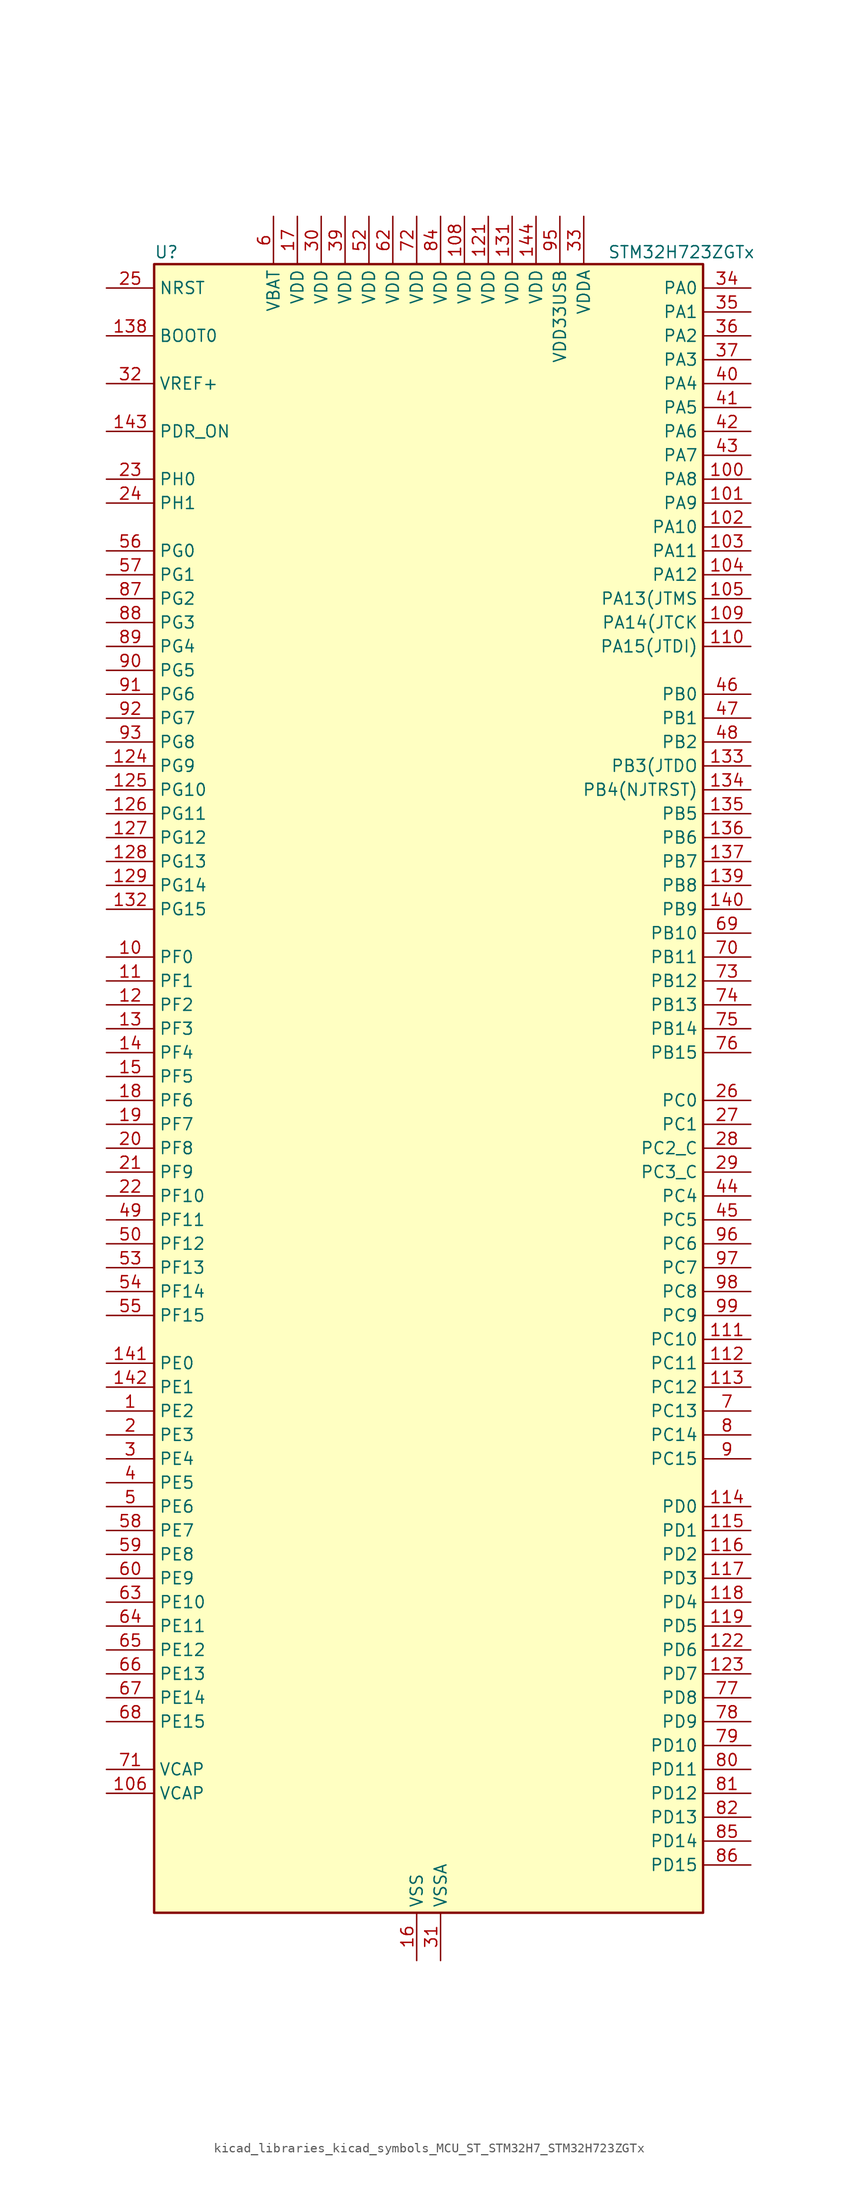
<source format=kicad_sym>
(kicad_symbol_lib
  (version 20220914)
  (generator kicad_symbol_editor)
  (symbol "kicad_libraries_kicad_symbols_MCU_ST_STM32H7_STM32H723ZGTx"
    (property "Reference" "U"
      (at -27.94 90.17 0)
      (effects (font (size 1.27 1.27)) (justify left)))
    (property "Value" "STM32H723ZGTx"
      (at 20.32 90.17 0)
      (effects (font (size 1.27 1.27)) (justify left)))
    (property "ki_locked" ""
      (at 0 0 0)
      (effects (font (size 1.27 1.27))))
    (symbol "kicad_libraries_kicad_symbols_MCU_ST_STM32H7_STM32H723ZGTx_0_1"
      (rectangle (start -27.94 -86.36) (end 30.48 88.9) (stroke (width 0.254) (type default)) (fill (type background))))
    (symbol "kicad_libraries_kicad_symbols_MCU_ST_STM32H7_STM32H723ZGTx_1_1"
      (pin bidirectional line (at -33.02 -33.02 0) (length 5.08) (name "PE2" (effects (font (size 1.27 1.27)))) (number "1" (effects (font (size 1.27 1.27)))) (alternate "DEBUG_TRACECLK" bidirectional line) (alternate "ETH_TXD3" bidirectional line) (alternate "FMC_A23" bidirectional line) (alternate "OCTOSPIM_P1_IO2" bidirectional line) (alternate "SAI1_CK1" bidirectional line) (alternate "SAI1_MCLK_A" bidirectional line) (alternate "SAI4_CK1" bidirectional line) (alternate "SAI4_MCLK_A" bidirectional line) (alternate "SPI4_SCK" bidirectional line) (alternate "USART10_RX" bidirectional line))
      (pin bidirectional line (at -33.02 15.24 0) (length 5.08) (name "PF0" (effects (font (size 1.27 1.27)))) (number "10" (effects (font (size 1.27 1.27)))) (alternate "FMC_A0" bidirectional line) (alternate "I2C2_SDA" bidirectional line) (alternate "I2C5_SDA" bidirectional line) (alternate "OCTOSPIM_P2_IO0" bidirectional line) (alternate "TIM23_CH1" bidirectional line))
      (pin bidirectional line (at 35.56 66.04 180) (length 5.08) (name "PA8" (effects (font (size 1.27 1.27)))) (number "100" (effects (font (size 1.27 1.27)))) (alternate "I2C3_SCL" bidirectional line) (alternate "I2C5_SCL" bidirectional line) (alternate "LTDC_B3" bidirectional line) (alternate "LTDC_R6" bidirectional line) (alternate "RCC_MCO_1" bidirectional line) (alternate "TIM1_CH1" bidirectional line) (alternate "TIM8_BKIN2" bidirectional line) (alternate "TIM8_BKIN2_COMP1" bidirectional line) (alternate "TIM8_BKIN2_COMP2" bidirectional line) (alternate "UART7_RX" bidirectional line) (alternate "USART1_CK" bidirectional line) (alternate "USB_OTG_HS_SOF" bidirectional line))
      (pin bidirectional line (at 35.56 63.5 180) (length 5.08) (name "PA9" (effects (font (size 1.27 1.27)))) (number "101" (effects (font (size 1.27 1.27)))) (alternate "DAC1_EXTI9" bidirectional line) (alternate "DCMI_D0" bidirectional line) (alternate "ETH_TX_ER" bidirectional line) (alternate "I2C3_SMBA" bidirectional line) (alternate "I2C5_SMBA" bidirectional line) (alternate "I2S2_CK" bidirectional line) (alternate "LPUART1_TX" bidirectional line) (alternate "LTDC_R5" bidirectional line) (alternate "PSSI_D0" bidirectional line) (alternate "SPI2_SCK" bidirectional line) (alternate "TIM1_CH2" bidirectional line) (alternate "USART1_TX" bidirectional line) (alternate "USB_OTG_HS_VBUS" bidirectional line))
      (pin bidirectional line (at 35.56 60.96 180) (length 5.08) (name "PA10" (effects (font (size 1.27 1.27)))) (number "102" (effects (font (size 1.27 1.27)))) (alternate "DCMI_D1" bidirectional line) (alternate "LPUART1_RX" bidirectional line) (alternate "LTDC_B1" bidirectional line) (alternate "LTDC_B4" bidirectional line) (alternate "MDIOS_MDIO" bidirectional line) (alternate "PSSI_D1" bidirectional line) (alternate "TIM1_CH3" bidirectional line) (alternate "USART1_RX" bidirectional line) (alternate "USB_OTG_HS_ID" bidirectional line))
      (pin bidirectional line (at 35.56 58.42 180) (length 5.08) (name "PA11" (effects (font (size 1.27 1.27)))) (number "103" (effects (font (size 1.27 1.27)))) (alternate "ADC1_EXTI11" bidirectional line) (alternate "ADC2_EXTI11" bidirectional line) (alternate "ADC3_EXTI11" bidirectional line) (alternate "FDCAN1_RX" bidirectional line) (alternate "I2S2_WS" bidirectional line) (alternate "LPUART1_CTS" bidirectional line) (alternate "LTDC_R4" bidirectional line) (alternate "SPI2_NSS" bidirectional line) (alternate "TIM1_CH4" bidirectional line) (alternate "UART4_RX" bidirectional line) (alternate "USART1_CTS" bidirectional line) (alternate "USART1_NSS" bidirectional line) (alternate "USB_OTG_HS_DM" bidirectional line))
      (pin bidirectional line (at 35.56 55.88 180) (length 5.08) (name "PA12" (effects (font (size 1.27 1.27)))) (number "104" (effects (font (size 1.27 1.27)))) (alternate "FDCAN1_TX" bidirectional line) (alternate "I2S2_CK" bidirectional line) (alternate "LPUART1_DE" bidirectional line) (alternate "LPUART1_RTS" bidirectional line) (alternate "LTDC_R5" bidirectional line) (alternate "SAI4_FS_B" bidirectional line) (alternate "SPI2_SCK" bidirectional line) (alternate "TIM1_BKIN2" bidirectional line) (alternate "TIM1_ETR" bidirectional line) (alternate "UART4_TX" bidirectional line) (alternate "USART1_DE" bidirectional line) (alternate "USART1_RTS" bidirectional line) (alternate "USB_OTG_HS_DP" bidirectional line))
      (pin bidirectional line (at 35.56 53.34 180) (length 5.08) (name "PA13(JTMS" (effects (font (size 1.27 1.27)))) (number "105" (effects (font (size 1.27 1.27)))) (alternate "DEBUG_JTMS-SWDIO" bidirectional line))
      (pin power_out line (at -33.02 -73.66 0) (length 5.08) (name "VCAP" (effects (font (size 1.27 1.27)))) (number "106" (effects (font (size 1.27 1.27)))))
      (pin passive line (at 0 -91.44 90) (length 5.08) hide (name "VSS" (effects (font (size 1.27 1.27)))) (number "107" (effects (font (size 1.27 1.27)))))
      (pin power_in line (at 5.08 93.98 270) (length 5.08) (name "VDD" (effects (font (size 1.27 1.27)))) (number "108" (effects (font (size 1.27 1.27)))))
      (pin bidirectional line (at 35.56 50.8 180) (length 5.08) (name "PA14(JTCK" (effects (font (size 1.27 1.27)))) (number "109" (effects (font (size 1.27 1.27)))) (alternate "DEBUG_JTCK-SWCLK" bidirectional line))
      (pin bidirectional line (at -33.02 12.7 0) (length 5.08) (name "PF1" (effects (font (size 1.27 1.27)))) (number "11" (effects (font (size 1.27 1.27)))) (alternate "FMC_A1" bidirectional line) (alternate "I2C2_SCL" bidirectional line) (alternate "I2C5_SCL" bidirectional line) (alternate "OCTOSPIM_P2_IO1" bidirectional line) (alternate "TIM23_CH2" bidirectional line))
      (pin bidirectional line (at 35.56 48.26 180) (length 5.08) (name "PA15(JTDI)" (effects (font (size 1.27 1.27)))) (number "110" (effects (font (size 1.27 1.27)))) (alternate "ADC1_EXTI15" bidirectional line) (alternate "ADC2_EXTI15" bidirectional line) (alternate "ADC3_EXTI15" bidirectional line) (alternate "CEC" bidirectional line) (alternate "DEBUG_JTDI" bidirectional line) (alternate "I2S1_WS" bidirectional line) (alternate "I2S3_WS" bidirectional line) (alternate "I2S6_WS" bidirectional line) (alternate "LTDC_B6" bidirectional line) (alternate "LTDC_R3" bidirectional line) (alternate "SPI1_NSS" bidirectional line) (alternate "SPI3_NSS" bidirectional line) (alternate "SPI6_NSS" bidirectional line) (alternate "TIM2_CH1" bidirectional line) (alternate "TIM2_ETR" bidirectional line) (alternate "UART4_DE" bidirectional line) (alternate "UART4_RTS" bidirectional line) (alternate "UART7_TX" bidirectional line))
      (pin bidirectional line (at 35.56 -25.4 180) (length 5.08) (name "PC10" (effects (font (size 1.27 1.27)))) (number "111" (effects (font (size 1.27 1.27)))) (alternate "DCMI_D8" bidirectional line) (alternate "DFSDM1_CKIN5" bidirectional line) (alternate "I2C5_SDA" bidirectional line) (alternate "I2S3_CK" bidirectional line) (alternate "LTDC_B1" bidirectional line) (alternate "LTDC_R2" bidirectional line) (alternate "OCTOSPIM_P1_IO1" bidirectional line) (alternate "PSSI_D8" bidirectional line) (alternate "SDMMC1_D2" bidirectional line) (alternate "SPI3_SCK" bidirectional line) (alternate "SWPMI1_RX" bidirectional line) (alternate "UART4_TX" bidirectional line) (alternate "USART3_TX" bidirectional line))
      (pin bidirectional line (at 35.56 -27.94 180) (length 5.08) (name "PC11" (effects (font (size 1.27 1.27)))) (number "112" (effects (font (size 1.27 1.27)))) (alternate "ADC1_EXTI11" bidirectional line) (alternate "ADC2_EXTI11" bidirectional line) (alternate "ADC3_EXTI11" bidirectional line) (alternate "DCMI_D4" bidirectional line) (alternate "DFSDM1_DATIN5" bidirectional line) (alternate "I2C5_SCL" bidirectional line) (alternate "I2S3_SDI" bidirectional line) (alternate "LTDC_B4" bidirectional line) (alternate "OCTOSPIM_P1_NCS" bidirectional line) (alternate "PSSI_D4" bidirectional line) (alternate "SDMMC1_D3" bidirectional line) (alternate "SPI3_MISO" bidirectional line) (alternate "UART4_RX" bidirectional line) (alternate "USART3_RX" bidirectional line))
      (pin bidirectional line (at 35.56 -30.48 180) (length 5.08) (name "PC12" (effects (font (size 1.27 1.27)))) (number "113" (effects (font (size 1.27 1.27)))) (alternate "DCMI_D9" bidirectional line) (alternate "DEBUG_TRACED3" bidirectional line) (alternate "FMC_D6" bidirectional line) (alternate "FMC_DA6" bidirectional line) (alternate "I2C5_SMBA" bidirectional line) (alternate "I2S3_SDO" bidirectional line) (alternate "I2S6_CK" bidirectional line) (alternate "LTDC_R6" bidirectional line) (alternate "PSSI_D9" bidirectional line) (alternate "SDMMC1_CK" bidirectional line) (alternate "SPI3_MOSI" bidirectional line) (alternate "SPI6_SCK" bidirectional line) (alternate "TIM15_CH1" bidirectional line) (alternate "UART5_TX" bidirectional line) (alternate "USART3_CK" bidirectional line))
      (pin bidirectional line (at 35.56 -43.18 180) (length 5.08) (name "PD0" (effects (font (size 1.27 1.27)))) (number "114" (effects (font (size 1.27 1.27)))) (alternate "DFSDM1_CKIN6" bidirectional line) (alternate "FDCAN1_RX" bidirectional line) (alternate "FMC_D2" bidirectional line) (alternate "FMC_DA2" bidirectional line) (alternate "LTDC_B1" bidirectional line) (alternate "UART4_RX" bidirectional line) (alternate "UART9_CTS" bidirectional line))
      (pin bidirectional line (at 35.56 -45.72 180) (length 5.08) (name "PD1" (effects (font (size 1.27 1.27)))) (number "115" (effects (font (size 1.27 1.27)))) (alternate "DFSDM1_DATIN6" bidirectional line) (alternate "FDCAN1_TX" bidirectional line) (alternate "FMC_D3" bidirectional line) (alternate "FMC_DA3" bidirectional line) (alternate "UART4_TX" bidirectional line))
      (pin bidirectional line (at 35.56 -48.26 180) (length 5.08) (name "PD2" (effects (font (size 1.27 1.27)))) (number "116" (effects (font (size 1.27 1.27)))) (alternate "DCMI_D11" bidirectional line) (alternate "DEBUG_TRACED2" bidirectional line) (alternate "FMC_D7" bidirectional line) (alternate "FMC_DA7" bidirectional line) (alternate "LTDC_B2" bidirectional line) (alternate "LTDC_B7" bidirectional line) (alternate "PSSI_D11" bidirectional line) (alternate "SDMMC1_CMD" bidirectional line) (alternate "TIM15_BKIN" bidirectional line) (alternate "TIM3_ETR" bidirectional line) (alternate "UART5_RX" bidirectional line))
      (pin bidirectional line (at 35.56 -50.8 180) (length 5.08) (name "PD3" (effects (font (size 1.27 1.27)))) (number "117" (effects (font (size 1.27 1.27)))) (alternate "DCMI_D5" bidirectional line) (alternate "DFSDM1_CKOUT" bidirectional line) (alternate "FMC_CLK" bidirectional line) (alternate "I2S2_CK" bidirectional line) (alternate "LTDC_G7" bidirectional line) (alternate "PSSI_D5" bidirectional line) (alternate "SPI2_SCK" bidirectional line) (alternate "USART2_CTS" bidirectional line) (alternate "USART2_NSS" bidirectional line))
      (pin bidirectional line (at 35.56 -53.34 180) (length 5.08) (name "PD4" (effects (font (size 1.27 1.27)))) (number "118" (effects (font (size 1.27 1.27)))) (alternate "FMC_NOE" bidirectional line) (alternate "OCTOSPIM_P1_IO4" bidirectional line) (alternate "USART2_DE" bidirectional line) (alternate "USART2_RTS" bidirectional line))
      (pin bidirectional line (at 35.56 -55.88 180) (length 5.08) (name "PD5" (effects (font (size 1.27 1.27)))) (number "119" (effects (font (size 1.27 1.27)))) (alternate "FMC_NWE" bidirectional line) (alternate "OCTOSPIM_P1_IO5" bidirectional line) (alternate "USART2_TX" bidirectional line))
      (pin bidirectional line (at -33.02 10.16 0) (length 5.08) (name "PF2" (effects (font (size 1.27 1.27)))) (number "12" (effects (font (size 1.27 1.27)))) (alternate "FMC_A2" bidirectional line) (alternate "I2C2_SMBA" bidirectional line) (alternate "I2C5_SMBA" bidirectional line) (alternate "OCTOSPIM_P2_IO2" bidirectional line) (alternate "TIM23_CH3" bidirectional line))
      (pin passive line (at 0 -91.44 90) (length 5.08) hide (name "VSS" (effects (font (size 1.27 1.27)))) (number "120" (effects (font (size 1.27 1.27)))))
      (pin power_in line (at 7.62 93.98 270) (length 5.08) (name "VDD" (effects (font (size 1.27 1.27)))) (number "121" (effects (font (size 1.27 1.27)))))
      (pin bidirectional line (at 35.56 -58.42 180) (length 5.08) (name "PD6" (effects (font (size 1.27 1.27)))) (number "122" (effects (font (size 1.27 1.27)))) (alternate "DCMI_D10" bidirectional line) (alternate "DFSDM1_CKIN4" bidirectional line) (alternate "DFSDM1_DATIN1" bidirectional line) (alternate "FMC_NWAIT" bidirectional line) (alternate "I2S3_SDO" bidirectional line) (alternate "LTDC_B2" bidirectional line) (alternate "OCTOSPIM_P1_IO6" bidirectional line) (alternate "PSSI_D10" bidirectional line) (alternate "SAI1_D1" bidirectional line) (alternate "SAI1_SD_A" bidirectional line) (alternate "SAI4_D1" bidirectional line) (alternate "SAI4_SD_A" bidirectional line) (alternate "SDMMC2_CK" bidirectional line) (alternate "SPI3_MOSI" bidirectional line) (alternate "USART2_RX" bidirectional line))
      (pin bidirectional line (at 35.56 -60.96 180) (length 5.08) (name "PD7" (effects (font (size 1.27 1.27)))) (number "123" (effects (font (size 1.27 1.27)))) (alternate "DFSDM1_CKIN1" bidirectional line) (alternate "DFSDM1_DATIN4" bidirectional line) (alternate "FMC_NE1" bidirectional line) (alternate "I2S1_SDO" bidirectional line) (alternate "OCTOSPIM_P1_IO7" bidirectional line) (alternate "SDMMC2_CMD" bidirectional line) (alternate "SPDIFRX1_IN0" bidirectional line) (alternate "SPI1_MOSI" bidirectional line) (alternate "USART2_CK" bidirectional line))
      (pin bidirectional line (at -33.02 35.56 0) (length 5.08) (name "PG9" (effects (font (size 1.27 1.27)))) (number "124" (effects (font (size 1.27 1.27)))) (alternate "DAC1_EXTI9" bidirectional line) (alternate "DCMI_VSYNC" bidirectional line) (alternate "FDCAN3_TX" bidirectional line) (alternate "FMC_NCE" bidirectional line) (alternate "FMC_NE2" bidirectional line) (alternate "I2S1_SDI" bidirectional line) (alternate "OCTOSPIM_P1_IO6" bidirectional line) (alternate "PSSI_RDY" bidirectional line) (alternate "SAI4_FS_B" bidirectional line) (alternate "SDMMC2_D0" bidirectional line) (alternate "SPDIFRX1_IN3" bidirectional line) (alternate "SPI1_MISO" bidirectional line) (alternate "USART6_RX" bidirectional line))
      (pin bidirectional line (at -33.02 33.02 0) (length 5.08) (name "PG10" (effects (font (size 1.27 1.27)))) (number "125" (effects (font (size 1.27 1.27)))) (alternate "DCMI_D2" bidirectional line) (alternate "FDCAN3_RX" bidirectional line) (alternate "FMC_NE3" bidirectional line) (alternate "I2S1_WS" bidirectional line) (alternate "LTDC_B2" bidirectional line) (alternate "LTDC_G3" bidirectional line) (alternate "OCTOSPIM_P2_IO6" bidirectional line) (alternate "PSSI_D2" bidirectional line) (alternate "SAI4_SD_B" bidirectional line) (alternate "SDMMC2_D1" bidirectional line) (alternate "SPI1_NSS" bidirectional line))
      (pin bidirectional line (at -33.02 30.48 0) (length 5.08) (name "PG11" (effects (font (size 1.27 1.27)))) (number "126" (effects (font (size 1.27 1.27)))) (alternate "ADC1_EXTI11" bidirectional line) (alternate "ADC2_EXTI11" bidirectional line) (alternate "ADC3_EXTI11" bidirectional line) (alternate "DCMI_D3" bidirectional line) (alternate "ETH_TX_EN" bidirectional line) (alternate "I2S1_CK" bidirectional line) (alternate "LPTIM1_IN2" bidirectional line) (alternate "LTDC_B3" bidirectional line) (alternate "OCTOSPIM_P2_IO7" bidirectional line) (alternate "PSSI_D3" bidirectional line) (alternate "SDMMC2_D2" bidirectional line) (alternate "SPDIFRX1_IN0" bidirectional line) (alternate "SPI1_SCK" bidirectional line) (alternate "USART10_RX" bidirectional line))
      (pin bidirectional line (at -33.02 27.94 0) (length 5.08) (name "PG12" (effects (font (size 1.27 1.27)))) (number "127" (effects (font (size 1.27 1.27)))) (alternate "ETH_TXD1" bidirectional line) (alternate "FMC_NE4" bidirectional line) (alternate "I2S6_SDI" bidirectional line) (alternate "LPTIM1_IN1" bidirectional line) (alternate "LTDC_B1" bidirectional line) (alternate "LTDC_B4" bidirectional line) (alternate "OCTOSPIM_P2_NCS" bidirectional line) (alternate "SDMMC2_D3" bidirectional line) (alternate "SPDIFRX1_IN1" bidirectional line) (alternate "SPI6_MISO" bidirectional line) (alternate "TIM23_CH1" bidirectional line) (alternate "USART10_TX" bidirectional line) (alternate "USART6_DE" bidirectional line) (alternate "USART6_RTS" bidirectional line))
      (pin bidirectional line (at -33.02 25.4 0) (length 5.08) (name "PG13" (effects (font (size 1.27 1.27)))) (number "128" (effects (font (size 1.27 1.27)))) (alternate "DEBUG_TRACED0" bidirectional line) (alternate "ETH_TXD0" bidirectional line) (alternate "FMC_A24" bidirectional line) (alternate "I2S6_CK" bidirectional line) (alternate "LPTIM1_OUT" bidirectional line) (alternate "LTDC_R0" bidirectional line) (alternate "SDMMC2_D6" bidirectional line) (alternate "SPI6_SCK" bidirectional line) (alternate "TIM23_CH2" bidirectional line) (alternate "USART10_CTS" bidirectional line) (alternate "USART10_NSS" bidirectional line) (alternate "USART6_CTS" bidirectional line) (alternate "USART6_NSS" bidirectional line))
      (pin bidirectional line (at -33.02 22.86 0) (length 5.08) (name "PG14" (effects (font (size 1.27 1.27)))) (number "129" (effects (font (size 1.27 1.27)))) (alternate "DEBUG_TRACED1" bidirectional line) (alternate "ETH_TXD1" bidirectional line) (alternate "FMC_A25" bidirectional line) (alternate "I2S6_SDO" bidirectional line) (alternate "LPTIM1_ETR" bidirectional line) (alternate "LTDC_B0" bidirectional line) (alternate "OCTOSPIM_P1_IO7" bidirectional line) (alternate "SDMMC2_D7" bidirectional line) (alternate "SPI6_MOSI" bidirectional line) (alternate "TIM23_CH3" bidirectional line) (alternate "USART10_DE" bidirectional line) (alternate "USART10_RTS" bidirectional line) (alternate "USART6_TX" bidirectional line))
      (pin bidirectional line (at -33.02 7.62 0) (length 5.08) (name "PF3" (effects (font (size 1.27 1.27)))) (number "13" (effects (font (size 1.27 1.27)))) (alternate "ADC3_INP5" bidirectional line) (alternate "FMC_A3" bidirectional line) (alternate "OCTOSPIM_P2_IO3" bidirectional line) (alternate "TIM23_CH4" bidirectional line))
      (pin passive line (at 0 -91.44 90) (length 5.08) hide (name "VSS" (effects (font (size 1.27 1.27)))) (number "130" (effects (font (size 1.27 1.27)))))
      (pin power_in line (at 10.16 93.98 270) (length 5.08) (name "VDD" (effects (font (size 1.27 1.27)))) (number "131" (effects (font (size 1.27 1.27)))))
      (pin bidirectional line (at -33.02 20.32 0) (length 5.08) (name "PG15" (effects (font (size 1.27 1.27)))) (number "132" (effects (font (size 1.27 1.27)))) (alternate "ADC1_EXTI15" bidirectional line) (alternate "ADC2_EXTI15" bidirectional line) (alternate "ADC3_EXTI15" bidirectional line) (alternate "DCMI_D13" bidirectional line) (alternate "FMC_SDNCAS" bidirectional line) (alternate "OCTOSPIM_P2_DQS" bidirectional line) (alternate "PSSI_D13" bidirectional line) (alternate "USART10_CK" bidirectional line) (alternate "USART6_CTS" bidirectional line) (alternate "USART6_NSS" bidirectional line))
      (pin bidirectional line (at 35.56 35.56 180) (length 5.08) (name "PB3(JTDO" (effects (font (size 1.27 1.27)))) (number "133" (effects (font (size 1.27 1.27)))) (alternate "CRS_SYNC" bidirectional line) (alternate "DEBUG_JTDO-SWO" bidirectional line) (alternate "I2S1_CK" bidirectional line) (alternate "I2S3_CK" bidirectional line) (alternate "I2S6_CK" bidirectional line) (alternate "SDMMC2_D2" bidirectional line) (alternate "SPI1_SCK" bidirectional line) (alternate "SPI3_SCK" bidirectional line) (alternate "SPI6_SCK" bidirectional line) (alternate "TIM24_ETR" bidirectional line) (alternate "TIM2_CH2" bidirectional line) (alternate "UART7_RX" bidirectional line))
      (pin bidirectional line (at 35.56 33.02 180) (length 5.08) (name "PB4(NJTRST)" (effects (font (size 1.27 1.27)))) (number "134" (effects (font (size 1.27 1.27)))) (alternate "DEBUG_JTRST" bidirectional line) (alternate "I2S1_SDI" bidirectional line) (alternate "I2S2_WS" bidirectional line) (alternate "I2S3_SDI" bidirectional line) (alternate "I2S6_SDI" bidirectional line) (alternate "SDMMC2_D3" bidirectional line) (alternate "SPI1_MISO" bidirectional line) (alternate "SPI2_NSS" bidirectional line) (alternate "SPI3_MISO" bidirectional line) (alternate "SPI6_MISO" bidirectional line) (alternate "TIM16_BKIN" bidirectional line) (alternate "TIM3_CH1" bidirectional line) (alternate "UART7_TX" bidirectional line))
      (pin bidirectional line (at 35.56 30.48 180) (length 5.08) (name "PB5" (effects (font (size 1.27 1.27)))) (number "135" (effects (font (size 1.27 1.27)))) (alternate "DCMI_D10" bidirectional line) (alternate "ETH_PPS_OUT" bidirectional line) (alternate "FDCAN2_RX" bidirectional line) (alternate "FMC_SDCKE1" bidirectional line) (alternate "I2C1_SMBA" bidirectional line) (alternate "I2C4_SMBA" bidirectional line) (alternate "I2S1_SDO" bidirectional line) (alternate "I2S3_SDO" bidirectional line) (alternate "I2S6_SDO" bidirectional line) (alternate "LTDC_B5" bidirectional line) (alternate "PSSI_D10" bidirectional line) (alternate "SPI1_MOSI" bidirectional line) (alternate "SPI3_MOSI" bidirectional line) (alternate "SPI6_MOSI" bidirectional line) (alternate "TIM17_BKIN" bidirectional line) (alternate "TIM3_CH2" bidirectional line) (alternate "UART5_RX" bidirectional line) (alternate "USB_OTG_HS_ULPI_D7" bidirectional line))
      (pin bidirectional line (at 35.56 27.94 180) (length 5.08) (name "PB6" (effects (font (size 1.27 1.27)))) (number "136" (effects (font (size 1.27 1.27)))) (alternate "CEC" bidirectional line) (alternate "DCMI_D5" bidirectional line) (alternate "DFSDM1_DATIN5" bidirectional line) (alternate "FDCAN2_TX" bidirectional line) (alternate "FMC_SDNE1" bidirectional line) (alternate "I2C1_SCL" bidirectional line) (alternate "I2C4_SCL" bidirectional line) (alternate "LPUART1_TX" bidirectional line) (alternate "OCTOSPIM_P1_NCS" bidirectional line) (alternate "PSSI_D5" bidirectional line) (alternate "TIM16_CH1N" bidirectional line) (alternate "TIM4_CH1" bidirectional line) (alternate "UART5_TX" bidirectional line) (alternate "USART1_TX" bidirectional line))
      (pin bidirectional line (at 35.56 25.4 180) (length 5.08) (name "PB7" (effects (font (size 1.27 1.27)))) (number "137" (effects (font (size 1.27 1.27)))) (alternate "DCMI_VSYNC" bidirectional line) (alternate "DFSDM1_CKIN5" bidirectional line) (alternate "FMC_NL" bidirectional line) (alternate "I2C1_SDA" bidirectional line) (alternate "I2C4_SDA" bidirectional line) (alternate "LPUART1_RX" bidirectional line) (alternate "PSSI_RDY" bidirectional line) (alternate "PWR_PVD_IN" bidirectional line) (alternate "TIM17_CH1N" bidirectional line) (alternate "TIM4_CH2" bidirectional line) (alternate "USART1_RX" bidirectional line))
      (pin input line (at -33.02 81.28 0) (length 5.08) (name "BOOT0" (effects (font (size 1.27 1.27)))) (number "138" (effects (font (size 1.27 1.27)))))
      (pin bidirectional line (at 35.56 22.86 180) (length 5.08) (name "PB8" (effects (font (size 1.27 1.27)))) (number "139" (effects (font (size 1.27 1.27)))) (alternate "DCMI_D6" bidirectional line) (alternate "DFSDM1_CKIN7" bidirectional line) (alternate "ETH_TXD3" bidirectional line) (alternate "FDCAN1_RX" bidirectional line) (alternate "I2C1_SCL" bidirectional line) (alternate "I2C4_SCL" bidirectional line) (alternate "LTDC_B6" bidirectional line) (alternate "PSSI_D6" bidirectional line) (alternate "SDMMC1_CKIN" bidirectional line) (alternate "SDMMC1_D4" bidirectional line) (alternate "SDMMC2_D4" bidirectional line) (alternate "TIM16_CH1" bidirectional line) (alternate "TIM4_CH3" bidirectional line) (alternate "UART4_RX" bidirectional line))
      (pin bidirectional line (at -33.02 5.08 0) (length 5.08) (name "PF4" (effects (font (size 1.27 1.27)))) (number "14" (effects (font (size 1.27 1.27)))) (alternate "ADC3_INN5" bidirectional line) (alternate "ADC3_INP9" bidirectional line) (alternate "FMC_A4" bidirectional line) (alternate "OCTOSPIM_P2_CLK" bidirectional line))
      (pin bidirectional line (at 35.56 20.32 180) (length 5.08) (name "PB9" (effects (font (size 1.27 1.27)))) (number "140" (effects (font (size 1.27 1.27)))) (alternate "DAC1_EXTI9" bidirectional line) (alternate "DCMI_D7" bidirectional line) (alternate "DFSDM1_DATIN7" bidirectional line) (alternate "FDCAN1_TX" bidirectional line) (alternate "I2C1_SDA" bidirectional line) (alternate "I2C4_SDA" bidirectional line) (alternate "I2C4_SMBA" bidirectional line) (alternate "I2S2_WS" bidirectional line) (alternate "LTDC_B7" bidirectional line) (alternate "PSSI_D7" bidirectional line) (alternate "SDMMC1_CDIR" bidirectional line) (alternate "SDMMC1_D5" bidirectional line) (alternate "SDMMC2_D5" bidirectional line) (alternate "SPI2_NSS" bidirectional line) (alternate "TIM17_CH1" bidirectional line) (alternate "TIM4_CH4" bidirectional line) (alternate "UART4_TX" bidirectional line))
      (pin bidirectional line (at -33.02 -27.94 0) (length 5.08) (name "PE0" (effects (font (size 1.27 1.27)))) (number "141" (effects (font (size 1.27 1.27)))) (alternate "DCMI_D2" bidirectional line) (alternate "FMC_NBL0" bidirectional line) (alternate "LPTIM1_ETR" bidirectional line) (alternate "LPTIM2_ETR" bidirectional line) (alternate "LTDC_R0" bidirectional line) (alternate "PSSI_D2" bidirectional line) (alternate "SAI4_MCLK_A" bidirectional line) (alternate "TIM4_ETR" bidirectional line) (alternate "UART8_RX" bidirectional line))
      (pin bidirectional line (at -33.02 -30.48 0) (length 5.08) (name "PE1" (effects (font (size 1.27 1.27)))) (number "142" (effects (font (size 1.27 1.27)))) (alternate "DCMI_D3" bidirectional line) (alternate "FMC_NBL1" bidirectional line) (alternate "LPTIM1_IN2" bidirectional line) (alternate "LTDC_R6" bidirectional line) (alternate "PSSI_D3" bidirectional line) (alternate "UART8_TX" bidirectional line))
      (pin input line (at -33.02 71.12 0) (length 5.08) (name "PDR_ON" (effects (font (size 1.27 1.27)))) (number "143" (effects (font (size 1.27 1.27)))))
      (pin power_in line (at 12.7 93.98 270) (length 5.08) (name "VDD" (effects (font (size 1.27 1.27)))) (number "144" (effects (font (size 1.27 1.27)))))
      (pin bidirectional line (at -33.02 2.54 0) (length 5.08) (name "PF5" (effects (font (size 1.27 1.27)))) (number "15" (effects (font (size 1.27 1.27)))) (alternate "ADC3_INP4" bidirectional line) (alternate "FMC_A5" bidirectional line) (alternate "OCTOSPIM_P2_NCLK" bidirectional line))
      (pin power_in line (at 0 -91.44 90) (length 5.08) (name "VSS" (effects (font (size 1.27 1.27)))) (number "16" (effects (font (size 1.27 1.27)))))
      (pin power_in line (at -12.7 93.98 270) (length 5.08) (name "VDD" (effects (font (size 1.27 1.27)))) (number "17" (effects (font (size 1.27 1.27)))))
      (pin bidirectional line (at -33.02 0 0) (length 5.08) (name "PF6" (effects (font (size 1.27 1.27)))) (number "18" (effects (font (size 1.27 1.27)))) (alternate "ADC3_INN4" bidirectional line) (alternate "ADC3_INP8" bidirectional line) (alternate "FDCAN3_RX" bidirectional line) (alternate "OCTOSPIM_P1_IO3" bidirectional line) (alternate "SAI1_SD_B" bidirectional line) (alternate "SAI4_SD_B" bidirectional line) (alternate "SPI5_NSS" bidirectional line) (alternate "TIM16_CH1" bidirectional line) (alternate "TIM23_CH1" bidirectional line) (alternate "UART7_RX" bidirectional line))
      (pin bidirectional line (at -33.02 -2.54 0) (length 5.08) (name "PF7" (effects (font (size 1.27 1.27)))) (number "19" (effects (font (size 1.27 1.27)))) (alternate "ADC3_INP3" bidirectional line) (alternate "FDCAN3_TX" bidirectional line) (alternate "OCTOSPIM_P1_IO2" bidirectional line) (alternate "SAI1_MCLK_B" bidirectional line) (alternate "SAI4_MCLK_B" bidirectional line) (alternate "SPI5_SCK" bidirectional line) (alternate "TIM17_CH1" bidirectional line) (alternate "TIM23_CH2" bidirectional line) (alternate "UART7_TX" bidirectional line))
      (pin bidirectional line (at -33.02 -35.56 0) (length 5.08) (name "PE3" (effects (font (size 1.27 1.27)))) (number "2" (effects (font (size 1.27 1.27)))) (alternate "DEBUG_TRACED0" bidirectional line) (alternate "FMC_A19" bidirectional line) (alternate "SAI1_SD_B" bidirectional line) (alternate "SAI4_SD_B" bidirectional line) (alternate "TIM15_BKIN" bidirectional line) (alternate "USART10_TX" bidirectional line))
      (pin bidirectional line (at -33.02 -5.08 0) (length 5.08) (name "PF8" (effects (font (size 1.27 1.27)))) (number "20" (effects (font (size 1.27 1.27)))) (alternate "ADC3_INN3" bidirectional line) (alternate "ADC3_INP7" bidirectional line) (alternate "OCTOSPIM_P1_IO0" bidirectional line) (alternate "SAI1_SCK_B" bidirectional line) (alternate "SAI4_SCK_B" bidirectional line) (alternate "SPI5_MISO" bidirectional line) (alternate "TIM13_CH1" bidirectional line) (alternate "TIM16_CH1N" bidirectional line) (alternate "TIM23_CH3" bidirectional line) (alternate "UART7_DE" bidirectional line) (alternate "UART7_RTS" bidirectional line))
      (pin bidirectional line (at -33.02 -7.62 0) (length 5.08) (name "PF9" (effects (font (size 1.27 1.27)))) (number "21" (effects (font (size 1.27 1.27)))) (alternate "ADC3_INP2" bidirectional line) (alternate "DAC1_EXTI9" bidirectional line) (alternate "OCTOSPIM_P1_IO1" bidirectional line) (alternate "SAI1_FS_B" bidirectional line) (alternate "SAI4_FS_B" bidirectional line) (alternate "SPI5_MOSI" bidirectional line) (alternate "TIM14_CH1" bidirectional line) (alternate "TIM17_CH1N" bidirectional line) (alternate "TIM23_CH4" bidirectional line) (alternate "UART7_CTS" bidirectional line))
      (pin bidirectional line (at -33.02 -10.16 0) (length 5.08) (name "PF10" (effects (font (size 1.27 1.27)))) (number "22" (effects (font (size 1.27 1.27)))) (alternate "ADC3_INN2" bidirectional line) (alternate "ADC3_INP6" bidirectional line) (alternate "DCMI_D11" bidirectional line) (alternate "LTDC_DE" bidirectional line) (alternate "OCTOSPIM_P1_CLK" bidirectional line) (alternate "PSSI_D11" bidirectional line) (alternate "PSSI_D15" bidirectional line) (alternate "SAI1_D3" bidirectional line) (alternate "SAI4_D3" bidirectional line) (alternate "TIM16_BKIN" bidirectional line))
      (pin bidirectional line (at -33.02 66.04 0) (length 5.08) (name "PH0" (effects (font (size 1.27 1.27)))) (number "23" (effects (font (size 1.27 1.27)))) (alternate "RCC_OSC_IN" bidirectional line))
      (pin bidirectional line (at -33.02 63.5 0) (length 5.08) (name "PH1" (effects (font (size 1.27 1.27)))) (number "24" (effects (font (size 1.27 1.27)))) (alternate "RCC_OSC_OUT" bidirectional line))
      (pin input line (at -33.02 86.36 0) (length 5.08) (name "NRST" (effects (font (size 1.27 1.27)))) (number "25" (effects (font (size 1.27 1.27)))))
      (pin bidirectional line (at 35.56 0 180) (length 5.08) (name "PC0" (effects (font (size 1.27 1.27)))) (number "26" (effects (font (size 1.27 1.27)))) (alternate "ADC1_INP10" bidirectional line) (alternate "ADC2_INP10" bidirectional line) (alternate "ADC3_INP10" bidirectional line) (alternate "DFSDM1_CKIN0" bidirectional line) (alternate "DFSDM1_DATIN4" bidirectional line) (alternate "FMC_A25" bidirectional line) (alternate "FMC_D12" bidirectional line) (alternate "FMC_DA12" bidirectional line) (alternate "FMC_SDNWE" bidirectional line) (alternate "LTDC_G2" bidirectional line) (alternate "LTDC_R5" bidirectional line) (alternate "SAI4_FS_B" bidirectional line) (alternate "USB_OTG_HS_ULPI_STP" bidirectional line))
      (pin bidirectional line (at 35.56 -2.54 180) (length 5.08) (name "PC1" (effects (font (size 1.27 1.27)))) (number "27" (effects (font (size 1.27 1.27)))) (alternate "ADC1_INN10" bidirectional line) (alternate "ADC1_INP11" bidirectional line) (alternate "ADC2_INN10" bidirectional line) (alternate "ADC2_INP11" bidirectional line) (alternate "ADC3_INN10" bidirectional line) (alternate "ADC3_INP11" bidirectional line) (alternate "DEBUG_TRACED0" bidirectional line) (alternate "DFSDM1_CKIN4" bidirectional line) (alternate "DFSDM1_DATIN0" bidirectional line) (alternate "ETH_MDC" bidirectional line) (alternate "I2S2_SDO" bidirectional line) (alternate "LTDC_G5" bidirectional line) (alternate "MDIOS_MDC" bidirectional line) (alternate "OCTOSPIM_P1_IO4" bidirectional line) (alternate "PWR_WKUP6" bidirectional line) (alternate "RTC_TAMP3" bidirectional line) (alternate "SAI1_D1" bidirectional line) (alternate "SAI1_SD_A" bidirectional line) (alternate "SAI4_D1" bidirectional line) (alternate "SAI4_SD_A" bidirectional line) (alternate "SDMMC2_CK" bidirectional line) (alternate "SPI2_MOSI" bidirectional line))
      (pin bidirectional line (at 35.56 -5.08 180) (length 5.08) (name "PC2_C" (effects (font (size 1.27 1.27)))) (number "28" (effects (font (size 1.27 1.27)))) (alternate "ADC3_INN1" bidirectional line) (alternate "ADC3_INP0" bidirectional line) (alternate "DFSDM1_CKIN1" bidirectional line) (alternate "DFSDM1_CKOUT" bidirectional line) (alternate "ETH_TXD2" bidirectional line) (alternate "FMC_SDNE0" bidirectional line) (alternate "I2S2_SDI" bidirectional line) (alternate "OCTOSPIM_P1_IO2" bidirectional line) (alternate "OCTOSPIM_P1_IO5" bidirectional line) (alternate "PWR_CSTOP" bidirectional line) (alternate "SPI2_MISO" bidirectional line) (alternate "USB_OTG_HS_ULPI_DIR" bidirectional line))
      (pin bidirectional line (at 35.56 -7.62 180) (length 5.08) (name "PC3_C" (effects (font (size 1.27 1.27)))) (number "29" (effects (font (size 1.27 1.27)))) (alternate "ADC3_INP1" bidirectional line) (alternate "DFSDM1_DATIN1" bidirectional line) (alternate "ETH_TX_CLK" bidirectional line) (alternate "FMC_SDCKE0" bidirectional line) (alternate "I2S2_SDO" bidirectional line) (alternate "OCTOSPIM_P1_IO0" bidirectional line) (alternate "OCTOSPIM_P1_IO6" bidirectional line) (alternate "PWR_CSLEEP" bidirectional line) (alternate "SPI2_MOSI" bidirectional line) (alternate "USB_OTG_HS_ULPI_NXT" bidirectional line))
      (pin bidirectional line (at -33.02 -38.1 0) (length 5.08) (name "PE4" (effects (font (size 1.27 1.27)))) (number "3" (effects (font (size 1.27 1.27)))) (alternate "DCMI_D4" bidirectional line) (alternate "DEBUG_TRACED1" bidirectional line) (alternate "DFSDM1_DATIN3" bidirectional line) (alternate "FMC_A20" bidirectional line) (alternate "LTDC_B0" bidirectional line) (alternate "PSSI_D4" bidirectional line) (alternate "SAI1_D2" bidirectional line) (alternate "SAI1_FS_A" bidirectional line) (alternate "SAI4_D2" bidirectional line) (alternate "SAI4_FS_A" bidirectional line) (alternate "SPI4_NSS" bidirectional line) (alternate "TIM15_CH1N" bidirectional line))
      (pin power_in line (at -10.16 93.98 270) (length 5.08) (name "VDD" (effects (font (size 1.27 1.27)))) (number "30" (effects (font (size 1.27 1.27)))))
      (pin power_in line (at 2.54 -91.44 90) (length 5.08) (name "VSSA" (effects (font (size 1.27 1.27)))) (number "31" (effects (font (size 1.27 1.27)))))
      (pin input line (at -33.02 76.2 0) (length 5.08) (name "VREF+" (effects (font (size 1.27 1.27)))) (number "32" (effects (font (size 1.27 1.27)))) (alternate "VREFBUF_OUT" bidirectional line))
      (pin power_in line (at 17.78 93.98 270) (length 5.08) (name "VDDA" (effects (font (size 1.27 1.27)))) (number "33" (effects (font (size 1.27 1.27)))))
      (pin bidirectional line (at 35.56 86.36 180) (length 5.08) (name "PA0" (effects (font (size 1.27 1.27)))) (number "34" (effects (font (size 1.27 1.27)))) (alternate "ADC1_INP16" bidirectional line) (alternate "ETH_CRS" bidirectional line) (alternate "FMC_A19" bidirectional line) (alternate "I2S6_WS" bidirectional line) (alternate "PWR_WKUP1" bidirectional line) (alternate "SAI4_SD_B" bidirectional line) (alternate "SDMMC2_CMD" bidirectional line) (alternate "SPI6_NSS" bidirectional line) (alternate "TIM15_BKIN" bidirectional line) (alternate "TIM2_CH1" bidirectional line) (alternate "TIM2_ETR" bidirectional line) (alternate "TIM5_CH1" bidirectional line) (alternate "TIM8_ETR" bidirectional line) (alternate "UART4_TX" bidirectional line) (alternate "USART2_CTS" bidirectional line) (alternate "USART2_NSS" bidirectional line))
      (pin bidirectional line (at 35.56 83.82 180) (length 5.08) (name "PA1" (effects (font (size 1.27 1.27)))) (number "35" (effects (font (size 1.27 1.27)))) (alternate "ADC1_INN16" bidirectional line) (alternate "ADC1_INP17" bidirectional line) (alternate "ETH_REF_CLK" bidirectional line) (alternate "ETH_RX_CLK" bidirectional line) (alternate "LPTIM3_OUT" bidirectional line) (alternate "LTDC_R2" bidirectional line) (alternate "OCTOSPIM_P1_DQS" bidirectional line) (alternate "OCTOSPIM_P1_IO3" bidirectional line) (alternate "SAI4_MCLK_B" bidirectional line) (alternate "TIM15_CH1N" bidirectional line) (alternate "TIM2_CH2" bidirectional line) (alternate "TIM5_CH2" bidirectional line) (alternate "UART4_RX" bidirectional line) (alternate "USART2_DE" bidirectional line) (alternate "USART2_RTS" bidirectional line))
      (pin bidirectional line (at 35.56 81.28 180) (length 5.08) (name "PA2" (effects (font (size 1.27 1.27)))) (number "36" (effects (font (size 1.27 1.27)))) (alternate "ADC1_INP14" bidirectional line) (alternate "ADC2_INP14" bidirectional line) (alternate "ETH_MDIO" bidirectional line) (alternate "LPTIM4_OUT" bidirectional line) (alternate "LTDC_R1" bidirectional line) (alternate "MDIOS_MDIO" bidirectional line) (alternate "OCTOSPIM_P1_IO0" bidirectional line) (alternate "PWR_WKUP2" bidirectional line) (alternate "SAI4_SCK_B" bidirectional line) (alternate "TIM15_CH1" bidirectional line) (alternate "TIM2_CH3" bidirectional line) (alternate "TIM5_CH3" bidirectional line) (alternate "USART2_TX" bidirectional line))
      (pin bidirectional line (at 35.56 78.74 180) (length 5.08) (name "PA3" (effects (font (size 1.27 1.27)))) (number "37" (effects (font (size 1.27 1.27)))) (alternate "ADC1_INP15" bidirectional line) (alternate "ADC2_INP15" bidirectional line) (alternate "ETH_COL" bidirectional line) (alternate "I2S6_MCK" bidirectional line) (alternate "LPTIM5_OUT" bidirectional line) (alternate "LTDC_B2" bidirectional line) (alternate "LTDC_B5" bidirectional line) (alternate "OCTOSPIM_P1_CLK" bidirectional line) (alternate "OCTOSPIM_P1_IO2" bidirectional line) (alternate "TIM15_CH2" bidirectional line) (alternate "TIM2_CH4" bidirectional line) (alternate "TIM5_CH4" bidirectional line) (alternate "USART2_RX" bidirectional line) (alternate "USB_OTG_HS_ULPI_D0" bidirectional line))
      (pin passive line (at 0 -91.44 90) (length 5.08) hide (name "VSS" (effects (font (size 1.27 1.27)))) (number "38" (effects (font (size 1.27 1.27)))))
      (pin power_in line (at -7.62 93.98 270) (length 5.08) (name "VDD" (effects (font (size 1.27 1.27)))) (number "39" (effects (font (size 1.27 1.27)))))
      (pin bidirectional line (at -33.02 -40.64 0) (length 5.08) (name "PE5" (effects (font (size 1.27 1.27)))) (number "4" (effects (font (size 1.27 1.27)))) (alternate "DCMI_D6" bidirectional line) (alternate "DEBUG_TRACED2" bidirectional line) (alternate "DFSDM1_CKIN3" bidirectional line) (alternate "FMC_A21" bidirectional line) (alternate "LTDC_G0" bidirectional line) (alternate "PSSI_D6" bidirectional line) (alternate "SAI1_CK2" bidirectional line) (alternate "SAI1_SCK_A" bidirectional line) (alternate "SAI4_CK2" bidirectional line) (alternate "SAI4_SCK_A" bidirectional line) (alternate "SPI4_MISO" bidirectional line) (alternate "TIM15_CH1" bidirectional line))
      (pin bidirectional line (at 35.56 76.2 180) (length 5.08) (name "PA4" (effects (font (size 1.27 1.27)))) (number "40" (effects (font (size 1.27 1.27)))) (alternate "ADC1_INP18" bidirectional line) (alternate "ADC2_INP18" bidirectional line) (alternate "DAC1_OUT1" bidirectional line) (alternate "DCMI_HSYNC" bidirectional line) (alternate "FMC_D8" bidirectional line) (alternate "FMC_DA8" bidirectional line) (alternate "I2S1_WS" bidirectional line) (alternate "I2S3_WS" bidirectional line) (alternate "I2S6_WS" bidirectional line) (alternate "LTDC_VSYNC" bidirectional line) (alternate "PSSI_DE" bidirectional line) (alternate "SPI1_NSS" bidirectional line) (alternate "SPI3_NSS" bidirectional line) (alternate "SPI6_NSS" bidirectional line) (alternate "TIM5_ETR" bidirectional line) (alternate "USART2_CK" bidirectional line))
      (pin bidirectional line (at 35.56 73.66 180) (length 5.08) (name "PA5" (effects (font (size 1.27 1.27)))) (number "41" (effects (font (size 1.27 1.27)))) (alternate "ADC1_INN18" bidirectional line) (alternate "ADC1_INP19" bidirectional line) (alternate "ADC2_INN18" bidirectional line) (alternate "ADC2_INP19" bidirectional line) (alternate "DAC1_OUT2" bidirectional line) (alternate "FMC_D9" bidirectional line) (alternate "FMC_DA9" bidirectional line) (alternate "I2S1_CK" bidirectional line) (alternate "I2S6_CK" bidirectional line) (alternate "LTDC_R4" bidirectional line) (alternate "PSSI_D14" bidirectional line) (alternate "PWR_NDSTOP2" bidirectional line) (alternate "SPI1_SCK" bidirectional line) (alternate "SPI6_SCK" bidirectional line) (alternate "TIM2_CH1" bidirectional line) (alternate "TIM2_ETR" bidirectional line) (alternate "TIM8_CH1N" bidirectional line) (alternate "USB_OTG_HS_ULPI_CK" bidirectional line))
      (pin bidirectional line (at 35.56 71.12 180) (length 5.08) (name "PA6" (effects (font (size 1.27 1.27)))) (number "42" (effects (font (size 1.27 1.27)))) (alternate "ADC1_INP3" bidirectional line) (alternate "ADC2_INP3" bidirectional line) (alternate "DCMI_PIXCLK" bidirectional line) (alternate "I2S1_SDI" bidirectional line) (alternate "I2S6_SDI" bidirectional line) (alternate "LTDC_G2" bidirectional line) (alternate "MDIOS_MDC" bidirectional line) (alternate "OCTOSPIM_P1_IO3" bidirectional line) (alternate "PSSI_PDCK" bidirectional line) (alternate "SPI1_MISO" bidirectional line) (alternate "SPI6_MISO" bidirectional line) (alternate "TIM13_CH1" bidirectional line) (alternate "TIM1_BKIN" bidirectional line) (alternate "TIM1_BKIN_COMP1" bidirectional line) (alternate "TIM1_BKIN_COMP2" bidirectional line) (alternate "TIM3_CH1" bidirectional line) (alternate "TIM8_BKIN" bidirectional line) (alternate "TIM8_BKIN_COMP1" bidirectional line) (alternate "TIM8_BKIN_COMP2" bidirectional line))
      (pin bidirectional line (at 35.56 68.58 180) (length 5.08) (name "PA7" (effects (font (size 1.27 1.27)))) (number "43" (effects (font (size 1.27 1.27)))) (alternate "ADC1_INN3" bidirectional line) (alternate "ADC1_INP7" bidirectional line) (alternate "ADC2_INN3" bidirectional line) (alternate "ADC2_INP7" bidirectional line) (alternate "ETH_CRS_DV" bidirectional line) (alternate "ETH_RX_DV" bidirectional line) (alternate "FMC_SDNWE" bidirectional line) (alternate "I2S1_SDO" bidirectional line) (alternate "I2S6_SDO" bidirectional line) (alternate "LTDC_VSYNC" bidirectional line) (alternate "OCTOSPIM_P1_IO2" bidirectional line) (alternate "OPAMP1_VINM" bidirectional line) (alternate "SPI1_MOSI" bidirectional line) (alternate "SPI6_MOSI" bidirectional line) (alternate "TIM14_CH1" bidirectional line) (alternate "TIM1_CH1N" bidirectional line) (alternate "TIM3_CH2" bidirectional line) (alternate "TIM8_CH1N" bidirectional line))
      (pin bidirectional line (at 35.56 -10.16 180) (length 5.08) (name "PC4" (effects (font (size 1.27 1.27)))) (number "44" (effects (font (size 1.27 1.27)))) (alternate "ADC1_INP4" bidirectional line) (alternate "ADC2_INP4" bidirectional line) (alternate "COMP1_INM" bidirectional line) (alternate "DFSDM1_CKIN2" bidirectional line) (alternate "ETH_RXD0" bidirectional line) (alternate "FMC_A22" bidirectional line) (alternate "FMC_SDNE0" bidirectional line) (alternate "I2S1_MCK" bidirectional line) (alternate "LTDC_R7" bidirectional line) (alternate "OPAMP1_VOUT" bidirectional line) (alternate "SDMMC2_CKIN" bidirectional line) (alternate "SPDIFRX1_IN2" bidirectional line))
      (pin bidirectional line (at 35.56 -12.7 180) (length 5.08) (name "PC5" (effects (font (size 1.27 1.27)))) (number "45" (effects (font (size 1.27 1.27)))) (alternate "ADC1_INN4" bidirectional line) (alternate "ADC1_INP8" bidirectional line) (alternate "ADC2_INN4" bidirectional line) (alternate "ADC2_INP8" bidirectional line) (alternate "COMP1_OUT" bidirectional line) (alternate "DFSDM1_DATIN2" bidirectional line) (alternate "ETH_RXD1" bidirectional line) (alternate "FMC_SDCKE0" bidirectional line) (alternate "LTDC_DE" bidirectional line) (alternate "OCTOSPIM_P1_DQS" bidirectional line) (alternate "OPAMP1_VINM" bidirectional line) (alternate "PSSI_D15" bidirectional line) (alternate "SAI1_D3" bidirectional line) (alternate "SAI4_D3" bidirectional line) (alternate "SPDIFRX1_IN3" bidirectional line))
      (pin bidirectional line (at 35.56 43.18 180) (length 5.08) (name "PB0" (effects (font (size 1.27 1.27)))) (number "46" (effects (font (size 1.27 1.27)))) (alternate "ADC1_INN5" bidirectional line) (alternate "ADC1_INP9" bidirectional line) (alternate "ADC2_INN5" bidirectional line) (alternate "ADC2_INP9" bidirectional line) (alternate "COMP1_INP" bidirectional line) (alternate "DFSDM1_CKOUT" bidirectional line) (alternate "ETH_RXD2" bidirectional line) (alternate "LTDC_G1" bidirectional line) (alternate "LTDC_R3" bidirectional line) (alternate "OCTOSPIM_P1_IO1" bidirectional line) (alternate "OPAMP1_VINP" bidirectional line) (alternate "TIM1_CH2N" bidirectional line) (alternate "TIM3_CH3" bidirectional line) (alternate "TIM8_CH2N" bidirectional line) (alternate "UART4_CTS" bidirectional line) (alternate "USB_OTG_HS_ULPI_D1" bidirectional line))
      (pin bidirectional line (at 35.56 40.64 180) (length 5.08) (name "PB1" (effects (font (size 1.27 1.27)))) (number "47" (effects (font (size 1.27 1.27)))) (alternate "ADC1_INP5" bidirectional line) (alternate "ADC2_INP5" bidirectional line) (alternate "COMP1_INM" bidirectional line) (alternate "DFSDM1_DATIN1" bidirectional line) (alternate "ETH_RXD3" bidirectional line) (alternate "LTDC_G0" bidirectional line) (alternate "LTDC_R6" bidirectional line) (alternate "OCTOSPIM_P1_IO0" bidirectional line) (alternate "TIM1_CH3N" bidirectional line) (alternate "TIM3_CH4" bidirectional line) (alternate "TIM8_CH3N" bidirectional line) (alternate "USB_OTG_HS_ULPI_D2" bidirectional line))
      (pin bidirectional line (at 35.56 38.1 180) (length 5.08) (name "PB2" (effects (font (size 1.27 1.27)))) (number "48" (effects (font (size 1.27 1.27)))) (alternate "COMP1_INP" bidirectional line) (alternate "DFSDM1_CKIN1" bidirectional line) (alternate "ETH_TX_ER" bidirectional line) (alternate "I2S3_SDO" bidirectional line) (alternate "OCTOSPIM_P1_CLK" bidirectional line) (alternate "OCTOSPIM_P1_DQS" bidirectional line) (alternate "RTC_OUT_ALARM" bidirectional line) (alternate "RTC_OUT_CALIB" bidirectional line) (alternate "SAI1_D1" bidirectional line) (alternate "SAI1_SD_A" bidirectional line) (alternate "SAI4_D1" bidirectional line) (alternate "SAI4_SD_A" bidirectional line) (alternate "SPI3_MOSI" bidirectional line) (alternate "TIM23_ETR" bidirectional line))
      (pin bidirectional line (at -33.02 -12.7 0) (length 5.08) (name "PF11" (effects (font (size 1.27 1.27)))) (number "49" (effects (font (size 1.27 1.27)))) (alternate "ADC1_EXTI11" bidirectional line) (alternate "ADC1_INP2" bidirectional line) (alternate "ADC2_EXTI11" bidirectional line) (alternate "ADC3_EXTI11" bidirectional line) (alternate "DCMI_D12" bidirectional line) (alternate "FMC_SDNRAS" bidirectional line) (alternate "OCTOSPIM_P1_NCLK" bidirectional line) (alternate "PSSI_D12" bidirectional line) (alternate "SAI4_SD_B" bidirectional line) (alternate "SPI5_MOSI" bidirectional line) (alternate "TIM24_CH1" bidirectional line))
      (pin bidirectional line (at -33.02 -43.18 0) (length 5.08) (name "PE6" (effects (font (size 1.27 1.27)))) (number "5" (effects (font (size 1.27 1.27)))) (alternate "DCMI_D7" bidirectional line) (alternate "DEBUG_TRACED3" bidirectional line) (alternate "FMC_A22" bidirectional line) (alternate "LTDC_G1" bidirectional line) (alternate "PSSI_D7" bidirectional line) (alternate "SAI1_D1" bidirectional line) (alternate "SAI1_SD_A" bidirectional line) (alternate "SAI4_D1" bidirectional line) (alternate "SAI4_MCLK_B" bidirectional line) (alternate "SAI4_SD_A" bidirectional line) (alternate "SPI4_MOSI" bidirectional line) (alternate "TIM15_CH2" bidirectional line) (alternate "TIM1_BKIN2" bidirectional line) (alternate "TIM1_BKIN2_COMP1" bidirectional line) (alternate "TIM1_BKIN2_COMP2" bidirectional line))
      (pin bidirectional line (at -33.02 -15.24 0) (length 5.08) (name "PF12" (effects (font (size 1.27 1.27)))) (number "50" (effects (font (size 1.27 1.27)))) (alternate "ADC1_INN2" bidirectional line) (alternate "ADC1_INP6" bidirectional line) (alternate "FMC_A6" bidirectional line) (alternate "OCTOSPIM_P2_DQS" bidirectional line) (alternate "TIM24_CH2" bidirectional line))
      (pin passive line (at 0 -91.44 90) (length 5.08) hide (name "VSS" (effects (font (size 1.27 1.27)))) (number "51" (effects (font (size 1.27 1.27)))))
      (pin power_in line (at -5.08 93.98 270) (length 5.08) (name "VDD" (effects (font (size 1.27 1.27)))) (number "52" (effects (font (size 1.27 1.27)))))
      (pin bidirectional line (at -33.02 -17.78 0) (length 5.08) (name "PF13" (effects (font (size 1.27 1.27)))) (number "53" (effects (font (size 1.27 1.27)))) (alternate "ADC2_INP2" bidirectional line) (alternate "DFSDM1_DATIN6" bidirectional line) (alternate "FMC_A7" bidirectional line) (alternate "I2C4_SMBA" bidirectional line) (alternate "TIM24_CH3" bidirectional line))
      (pin bidirectional line (at -33.02 -20.32 0) (length 5.08) (name "PF14" (effects (font (size 1.27 1.27)))) (number "54" (effects (font (size 1.27 1.27)))) (alternate "ADC2_INN2" bidirectional line) (alternate "ADC2_INP6" bidirectional line) (alternate "DFSDM1_CKIN6" bidirectional line) (alternate "FMC_A8" bidirectional line) (alternate "I2C4_SCL" bidirectional line) (alternate "TIM24_CH4" bidirectional line))
      (pin bidirectional line (at -33.02 -22.86 0) (length 5.08) (name "PF15" (effects (font (size 1.27 1.27)))) (number "55" (effects (font (size 1.27 1.27)))) (alternate "ADC1_EXTI15" bidirectional line) (alternate "ADC2_EXTI15" bidirectional line) (alternate "ADC3_EXTI15" bidirectional line) (alternate "FMC_A9" bidirectional line) (alternate "I2C4_SDA" bidirectional line))
      (pin bidirectional line (at -33.02 58.42 0) (length 5.08) (name "PG0" (effects (font (size 1.27 1.27)))) (number "56" (effects (font (size 1.27 1.27)))) (alternate "FMC_A10" bidirectional line) (alternate "OCTOSPIM_P2_IO4" bidirectional line) (alternate "UART9_RX" bidirectional line))
      (pin bidirectional line (at -33.02 55.88 0) (length 5.08) (name "PG1" (effects (font (size 1.27 1.27)))) (number "57" (effects (font (size 1.27 1.27)))) (alternate "FMC_A11" bidirectional line) (alternate "OCTOSPIM_P2_IO5" bidirectional line) (alternate "OPAMP2_VINM" bidirectional line) (alternate "UART9_TX" bidirectional line))
      (pin bidirectional line (at -33.02 -45.72 0) (length 5.08) (name "PE7" (effects (font (size 1.27 1.27)))) (number "58" (effects (font (size 1.27 1.27)))) (alternate "COMP2_INM" bidirectional line) (alternate "DFSDM1_DATIN2" bidirectional line) (alternate "FMC_D4" bidirectional line) (alternate "FMC_DA4" bidirectional line) (alternate "OCTOSPIM_P1_IO4" bidirectional line) (alternate "OPAMP2_VOUT" bidirectional line) (alternate "TIM1_ETR" bidirectional line) (alternate "UART7_RX" bidirectional line))
      (pin bidirectional line (at -33.02 -48.26 0) (length 5.08) (name "PE8" (effects (font (size 1.27 1.27)))) (number "59" (effects (font (size 1.27 1.27)))) (alternate "COMP2_OUT" bidirectional line) (alternate "DFSDM1_CKIN2" bidirectional line) (alternate "FMC_D5" bidirectional line) (alternate "FMC_DA5" bidirectional line) (alternate "OCTOSPIM_P1_IO5" bidirectional line) (alternate "OPAMP2_VINM" bidirectional line) (alternate "TIM1_CH1N" bidirectional line) (alternate "UART7_TX" bidirectional line))
      (pin power_in line (at -15.24 93.98 270) (length 5.08) (name "VBAT" (effects (font (size 1.27 1.27)))) (number "6" (effects (font (size 1.27 1.27)))))
      (pin bidirectional line (at -33.02 -50.8 0) (length 5.08) (name "PE9" (effects (font (size 1.27 1.27)))) (number "60" (effects (font (size 1.27 1.27)))) (alternate "COMP2_INP" bidirectional line) (alternate "DAC1_EXTI9" bidirectional line) (alternate "DFSDM1_CKOUT" bidirectional line) (alternate "FMC_D6" bidirectional line) (alternate "FMC_DA6" bidirectional line) (alternate "OCTOSPIM_P1_IO6" bidirectional line) (alternate "OPAMP2_VINP" bidirectional line) (alternate "TIM1_CH1" bidirectional line) (alternate "UART7_DE" bidirectional line) (alternate "UART7_RTS" bidirectional line))
      (pin passive line (at 0 -91.44 90) (length 5.08) hide (name "VSS" (effects (font (size 1.27 1.27)))) (number "61" (effects (font (size 1.27 1.27)))))
      (pin power_in line (at -2.54 93.98 270) (length 5.08) (name "VDD" (effects (font (size 1.27 1.27)))) (number "62" (effects (font (size 1.27 1.27)))))
      (pin bidirectional line (at -33.02 -53.34 0) (length 5.08) (name "PE10" (effects (font (size 1.27 1.27)))) (number "63" (effects (font (size 1.27 1.27)))) (alternate "COMP2_INM" bidirectional line) (alternate "DFSDM1_DATIN4" bidirectional line) (alternate "FMC_D7" bidirectional line) (alternate "FMC_DA7" bidirectional line) (alternate "OCTOSPIM_P1_IO7" bidirectional line) (alternate "TIM1_CH2N" bidirectional line) (alternate "UART7_CTS" bidirectional line))
      (pin bidirectional line (at -33.02 -55.88 0) (length 5.08) (name "PE11" (effects (font (size 1.27 1.27)))) (number "64" (effects (font (size 1.27 1.27)))) (alternate "ADC1_EXTI11" bidirectional line) (alternate "ADC2_EXTI11" bidirectional line) (alternate "ADC3_EXTI11" bidirectional line) (alternate "COMP2_INP" bidirectional line) (alternate "DFSDM1_CKIN4" bidirectional line) (alternate "FMC_D8" bidirectional line) (alternate "FMC_DA8" bidirectional line) (alternate "LTDC_G3" bidirectional line) (alternate "OCTOSPIM_P1_NCS" bidirectional line) (alternate "SAI4_SD_B" bidirectional line) (alternate "SPI4_NSS" bidirectional line) (alternate "TIM1_CH2" bidirectional line))
      (pin bidirectional line (at -33.02 -58.42 0) (length 5.08) (name "PE12" (effects (font (size 1.27 1.27)))) (number "65" (effects (font (size 1.27 1.27)))) (alternate "COMP1_OUT" bidirectional line) (alternate "DFSDM1_DATIN5" bidirectional line) (alternate "FMC_D9" bidirectional line) (alternate "FMC_DA9" bidirectional line) (alternate "LTDC_B4" bidirectional line) (alternate "SAI4_SCK_B" bidirectional line) (alternate "SPI4_SCK" bidirectional line) (alternate "TIM1_CH3N" bidirectional line))
      (pin bidirectional line (at -33.02 -60.96 0) (length 5.08) (name "PE13" (effects (font (size 1.27 1.27)))) (number "66" (effects (font (size 1.27 1.27)))) (alternate "COMP2_OUT" bidirectional line) (alternate "DFSDM1_CKIN5" bidirectional line) (alternate "FMC_D10" bidirectional line) (alternate "FMC_DA10" bidirectional line) (alternate "LTDC_DE" bidirectional line) (alternate "SAI4_FS_B" bidirectional line) (alternate "SPI4_MISO" bidirectional line) (alternate "TIM1_CH3" bidirectional line))
      (pin bidirectional line (at -33.02 -63.5 0) (length 5.08) (name "PE14" (effects (font (size 1.27 1.27)))) (number "67" (effects (font (size 1.27 1.27)))) (alternate "FMC_D11" bidirectional line) (alternate "FMC_DA11" bidirectional line) (alternate "LTDC_CLK" bidirectional line) (alternate "SAI4_MCLK_B" bidirectional line) (alternate "SPI4_MOSI" bidirectional line) (alternate "TIM1_CH4" bidirectional line))
      (pin bidirectional line (at -33.02 -66.04 0) (length 5.08) (name "PE15" (effects (font (size 1.27 1.27)))) (number "68" (effects (font (size 1.27 1.27)))) (alternate "ADC1_EXTI15" bidirectional line) (alternate "ADC2_EXTI15" bidirectional line) (alternate "ADC3_EXTI15" bidirectional line) (alternate "FMC_D12" bidirectional line) (alternate "FMC_DA12" bidirectional line) (alternate "LTDC_R7" bidirectional line) (alternate "TIM1_BKIN" bidirectional line) (alternate "TIM1_BKIN_COMP1" bidirectional line) (alternate "TIM1_BKIN_COMP2" bidirectional line) (alternate "USART10_CK" bidirectional line))
      (pin bidirectional line (at 35.56 17.78 180) (length 5.08) (name "PB10" (effects (font (size 1.27 1.27)))) (number "69" (effects (font (size 1.27 1.27)))) (alternate "DFSDM1_DATIN7" bidirectional line) (alternate "ETH_RX_ER" bidirectional line) (alternate "I2C2_SCL" bidirectional line) (alternate "I2S2_CK" bidirectional line) (alternate "LPTIM2_IN1" bidirectional line) (alternate "LTDC_G4" bidirectional line) (alternate "OCTOSPIM_P1_NCS" bidirectional line) (alternate "SPI2_SCK" bidirectional line) (alternate "TIM2_CH3" bidirectional line) (alternate "USART3_TX" bidirectional line) (alternate "USB_OTG_HS_ULPI_D3" bidirectional line))
      (pin bidirectional line (at 35.56 -33.02 180) (length 5.08) (name "PC13" (effects (font (size 1.27 1.27)))) (number "7" (effects (font (size 1.27 1.27)))) (alternate "PWR_WKUP4" bidirectional line) (alternate "RTC_OUT_ALARM" bidirectional line) (alternate "RTC_OUT_CALIB" bidirectional line) (alternate "RTC_TAMP1" bidirectional line) (alternate "RTC_TS" bidirectional line))
      (pin bidirectional line (at 35.56 15.24 180) (length 5.08) (name "PB11" (effects (font (size 1.27 1.27)))) (number "70" (effects (font (size 1.27 1.27)))) (alternate "ADC1_EXTI11" bidirectional line) (alternate "ADC2_EXTI11" bidirectional line) (alternate "ADC3_EXTI11" bidirectional line) (alternate "DFSDM1_CKIN7" bidirectional line) (alternate "ETH_TX_EN" bidirectional line) (alternate "I2C2_SDA" bidirectional line) (alternate "LPTIM2_ETR" bidirectional line) (alternate "LTDC_G5" bidirectional line) (alternate "TIM2_CH4" bidirectional line) (alternate "USART3_RX" bidirectional line) (alternate "USB_OTG_HS_ULPI_D4" bidirectional line))
      (pin power_out line (at -33.02 -71.12 0) (length 5.08) (name "VCAP" (effects (font (size 1.27 1.27)))) (number "71" (effects (font (size 1.27 1.27)))))
      (pin power_in line (at 0 93.98 270) (length 5.08) (name "VDD" (effects (font (size 1.27 1.27)))) (number "72" (effects (font (size 1.27 1.27)))))
      (pin bidirectional line (at 35.56 12.7 180) (length 5.08) (name "PB12" (effects (font (size 1.27 1.27)))) (number "73" (effects (font (size 1.27 1.27)))) (alternate "DFSDM1_DATIN1" bidirectional line) (alternate "ETH_TXD0" bidirectional line) (alternate "FDCAN2_RX" bidirectional line) (alternate "I2C2_SMBA" bidirectional line) (alternate "I2S2_WS" bidirectional line) (alternate "OCTOSPIM_P1_IO0" bidirectional line) (alternate "OCTOSPIM_P1_NCLK" bidirectional line) (alternate "SPI2_NSS" bidirectional line) (alternate "TIM1_BKIN" bidirectional line) (alternate "TIM1_BKIN_COMP1" bidirectional line) (alternate "TIM1_BKIN_COMP2" bidirectional line) (alternate "UART5_RX" bidirectional line) (alternate "USART3_CK" bidirectional line) (alternate "USB_OTG_HS_ULPI_D5" bidirectional line))
      (pin bidirectional line (at 35.56 10.16 180) (length 5.08) (name "PB13" (effects (font (size 1.27 1.27)))) (number "74" (effects (font (size 1.27 1.27)))) (alternate "DCMI_D2" bidirectional line) (alternate "DFSDM1_CKIN1" bidirectional line) (alternate "ETH_TXD1" bidirectional line) (alternate "FDCAN2_TX" bidirectional line) (alternate "I2S2_CK" bidirectional line) (alternate "LPTIM2_OUT" bidirectional line) (alternate "OCTOSPIM_P1_IO2" bidirectional line) (alternate "PSSI_D2" bidirectional line) (alternate "SDMMC1_D0" bidirectional line) (alternate "SPI2_SCK" bidirectional line) (alternate "TIM1_CH1N" bidirectional line) (alternate "UART5_TX" bidirectional line) (alternate "USART3_CTS" bidirectional line) (alternate "USART3_NSS" bidirectional line) (alternate "USB_OTG_HS_ULPI_D6" bidirectional line))
      (pin bidirectional line (at 35.56 7.62 180) (length 5.08) (name "PB14" (effects (font (size 1.27 1.27)))) (number "75" (effects (font (size 1.27 1.27)))) (alternate "DFSDM1_DATIN2" bidirectional line) (alternate "FMC_D10" bidirectional line) (alternate "FMC_DA10" bidirectional line) (alternate "I2S2_SDI" bidirectional line) (alternate "LTDC_CLK" bidirectional line) (alternate "SDMMC2_D0" bidirectional line) (alternate "SPI2_MISO" bidirectional line) (alternate "TIM12_CH1" bidirectional line) (alternate "TIM1_CH2N" bidirectional line) (alternate "TIM8_CH2N" bidirectional line) (alternate "UART4_DE" bidirectional line) (alternate "UART4_RTS" bidirectional line) (alternate "USART1_TX" bidirectional line) (alternate "USART3_DE" bidirectional line) (alternate "USART3_RTS" bidirectional line))
      (pin bidirectional line (at 35.56 5.08 180) (length 5.08) (name "PB15" (effects (font (size 1.27 1.27)))) (number "76" (effects (font (size 1.27 1.27)))) (alternate "ADC1_EXTI15" bidirectional line) (alternate "ADC2_EXTI15" bidirectional line) (alternate "ADC3_EXTI15" bidirectional line) (alternate "DFSDM1_CKIN2" bidirectional line) (alternate "FMC_D11" bidirectional line) (alternate "FMC_DA11" bidirectional line) (alternate "I2S2_SDO" bidirectional line) (alternate "LTDC_G7" bidirectional line) (alternate "RTC_REFIN" bidirectional line) (alternate "SDMMC2_D1" bidirectional line) (alternate "SPI2_MOSI" bidirectional line) (alternate "TIM12_CH2" bidirectional line) (alternate "TIM1_CH3N" bidirectional line) (alternate "TIM8_CH3N" bidirectional line) (alternate "UART4_CTS" bidirectional line) (alternate "USART1_RX" bidirectional line))
      (pin bidirectional line (at 35.56 -63.5 180) (length 5.08) (name "PD8" (effects (font (size 1.27 1.27)))) (number "77" (effects (font (size 1.27 1.27)))) (alternate "DFSDM1_CKIN3" bidirectional line) (alternate "FMC_D13" bidirectional line) (alternate "FMC_DA13" bidirectional line) (alternate "SPDIFRX1_IN1" bidirectional line) (alternate "USART3_TX" bidirectional line))
      (pin bidirectional line (at 35.56 -66.04 180) (length 5.08) (name "PD9" (effects (font (size 1.27 1.27)))) (number "78" (effects (font (size 1.27 1.27)))) (alternate "DAC1_EXTI9" bidirectional line) (alternate "DFSDM1_DATIN3" bidirectional line) (alternate "FMC_D14" bidirectional line) (alternate "FMC_DA14" bidirectional line) (alternate "USART3_RX" bidirectional line))
      (pin bidirectional line (at 35.56 -68.58 180) (length 5.08) (name "PD10" (effects (font (size 1.27 1.27)))) (number "79" (effects (font (size 1.27 1.27)))) (alternate "DFSDM1_CKOUT" bidirectional line) (alternate "FMC_D15" bidirectional line) (alternate "FMC_DA15" bidirectional line) (alternate "LTDC_B3" bidirectional line) (alternate "USART3_CK" bidirectional line))
      (pin bidirectional line (at 35.56 -35.56 180) (length 5.08) (name "PC14" (effects (font (size 1.27 1.27)))) (number "8" (effects (font (size 1.27 1.27)))) (alternate "RCC_OSC32_IN" bidirectional line))
      (pin bidirectional line (at 35.56 -71.12 180) (length 5.08) (name "PD11" (effects (font (size 1.27 1.27)))) (number "80" (effects (font (size 1.27 1.27)))) (alternate "ADC1_EXTI11" bidirectional line) (alternate "ADC2_EXTI11" bidirectional line) (alternate "ADC3_EXTI11" bidirectional line) (alternate "FMC_A16" bidirectional line) (alternate "FMC_CLE" bidirectional line) (alternate "I2C4_SMBA" bidirectional line) (alternate "LPTIM2_IN2" bidirectional line) (alternate "OCTOSPIM_P1_IO0" bidirectional line) (alternate "SAI4_SD_A" bidirectional line) (alternate "USART3_CTS" bidirectional line) (alternate "USART3_NSS" bidirectional line))
      (pin bidirectional line (at 35.56 -73.66 180) (length 5.08) (name "PD12" (effects (font (size 1.27 1.27)))) (number "81" (effects (font (size 1.27 1.27)))) (alternate "DCMI_D12" bidirectional line) (alternate "FDCAN3_RX" bidirectional line) (alternate "FMC_A17" bidirectional line) (alternate "FMC_ALE" bidirectional line) (alternate "I2C4_SCL" bidirectional line) (alternate "LPTIM1_IN1" bidirectional line) (alternate "LPTIM2_IN1" bidirectional line) (alternate "OCTOSPIM_P1_IO1" bidirectional line) (alternate "PSSI_D12" bidirectional line) (alternate "SAI4_FS_A" bidirectional line) (alternate "TIM4_CH1" bidirectional line) (alternate "USART3_DE" bidirectional line) (alternate "USART3_RTS" bidirectional line))
      (pin bidirectional line (at 35.56 -76.2 180) (length 5.08) (name "PD13" (effects (font (size 1.27 1.27)))) (number "82" (effects (font (size 1.27 1.27)))) (alternate "DCMI_D13" bidirectional line) (alternate "FDCAN3_TX" bidirectional line) (alternate "FMC_A18" bidirectional line) (alternate "I2C4_SDA" bidirectional line) (alternate "LPTIM1_OUT" bidirectional line) (alternate "OCTOSPIM_P1_IO3" bidirectional line) (alternate "PSSI_D13" bidirectional line) (alternate "SAI4_SCK_A" bidirectional line) (alternate "TIM4_CH2" bidirectional line) (alternate "UART9_DE" bidirectional line) (alternate "UART9_RTS" bidirectional line))
      (pin passive line (at 0 -91.44 90) (length 5.08) hide (name "VSS" (effects (font (size 1.27 1.27)))) (number "83" (effects (font (size 1.27 1.27)))))
      (pin power_in line (at 2.54 93.98 270) (length 5.08) (name "VDD" (effects (font (size 1.27 1.27)))) (number "84" (effects (font (size 1.27 1.27)))))
      (pin bidirectional line (at 35.56 -78.74 180) (length 5.08) (name "PD14" (effects (font (size 1.27 1.27)))) (number "85" (effects (font (size 1.27 1.27)))) (alternate "FMC_D0" bidirectional line) (alternate "FMC_DA0" bidirectional line) (alternate "TIM4_CH3" bidirectional line) (alternate "UART8_CTS" bidirectional line) (alternate "UART9_RX" bidirectional line))
      (pin bidirectional line (at 35.56 -81.28 180) (length 5.08) (name "PD15" (effects (font (size 1.27 1.27)))) (number "86" (effects (font (size 1.27 1.27)))) (alternate "ADC1_EXTI15" bidirectional line) (alternate "ADC2_EXTI15" bidirectional line) (alternate "ADC3_EXTI15" bidirectional line) (alternate "FMC_D1" bidirectional line) (alternate "FMC_DA1" bidirectional line) (alternate "TIM4_CH4" bidirectional line) (alternate "UART8_DE" bidirectional line) (alternate "UART8_RTS" bidirectional line) (alternate "UART9_TX" bidirectional line))
      (pin bidirectional line (at -33.02 53.34 0) (length 5.08) (name "PG2" (effects (font (size 1.27 1.27)))) (number "87" (effects (font (size 1.27 1.27)))) (alternate "FMC_A12" bidirectional line) (alternate "TIM24_ETR" bidirectional line) (alternate "TIM8_BKIN" bidirectional line) (alternate "TIM8_BKIN_COMP1" bidirectional line) (alternate "TIM8_BKIN_COMP2" bidirectional line))
      (pin bidirectional line (at -33.02 50.8 0) (length 5.08) (name "PG3" (effects (font (size 1.27 1.27)))) (number "88" (effects (font (size 1.27 1.27)))) (alternate "FMC_A13" bidirectional line) (alternate "TIM23_ETR" bidirectional line) (alternate "TIM8_BKIN2" bidirectional line) (alternate "TIM8_BKIN2_COMP1" bidirectional line) (alternate "TIM8_BKIN2_COMP2" bidirectional line))
      (pin bidirectional line (at -33.02 48.26 0) (length 5.08) (name "PG4" (effects (font (size 1.27 1.27)))) (number "89" (effects (font (size 1.27 1.27)))) (alternate "FMC_A14" bidirectional line) (alternate "FMC_BA0" bidirectional line) (alternate "TIM1_BKIN2" bidirectional line) (alternate "TIM1_BKIN2_COMP1" bidirectional line) (alternate "TIM1_BKIN2_COMP2" bidirectional line))
      (pin bidirectional line (at 35.56 -38.1 180) (length 5.08) (name "PC15" (effects (font (size 1.27 1.27)))) (number "9" (effects (font (size 1.27 1.27)))) (alternate "ADC1_EXTI15" bidirectional line) (alternate "ADC2_EXTI15" bidirectional line) (alternate "ADC3_EXTI15" bidirectional line) (alternate "RCC_OSC32_OUT" bidirectional line))
      (pin bidirectional line (at -33.02 45.72 0) (length 5.08) (name "PG5" (effects (font (size 1.27 1.27)))) (number "90" (effects (font (size 1.27 1.27)))) (alternate "FMC_A15" bidirectional line) (alternate "FMC_BA1" bidirectional line) (alternate "TIM1_ETR" bidirectional line))
      (pin bidirectional line (at -33.02 43.18 0) (length 5.08) (name "PG6" (effects (font (size 1.27 1.27)))) (number "91" (effects (font (size 1.27 1.27)))) (alternate "DCMI_D12" bidirectional line) (alternate "FMC_NE3" bidirectional line) (alternate "LTDC_R7" bidirectional line) (alternate "OCTOSPIM_P1_NCS" bidirectional line) (alternate "PSSI_D12" bidirectional line) (alternate "TIM17_BKIN" bidirectional line))
      (pin bidirectional line (at -33.02 40.64 0) (length 5.08) (name "PG7" (effects (font (size 1.27 1.27)))) (number "92" (effects (font (size 1.27 1.27)))) (alternate "DCMI_D13" bidirectional line) (alternate "FMC_INT" bidirectional line) (alternate "LTDC_CLK" bidirectional line) (alternate "OCTOSPIM_P2_DQS" bidirectional line) (alternate "PSSI_D13" bidirectional line) (alternate "SAI1_MCLK_A" bidirectional line) (alternate "USART6_CK" bidirectional line))
      (pin bidirectional line (at -33.02 38.1 0) (length 5.08) (name "PG8" (effects (font (size 1.27 1.27)))) (number "93" (effects (font (size 1.27 1.27)))) (alternate "ETH_PPS_OUT" bidirectional line) (alternate "FMC_SDCLK" bidirectional line) (alternate "I2S6_WS" bidirectional line) (alternate "LTDC_G7" bidirectional line) (alternate "SPDIFRX1_IN2" bidirectional line) (alternate "SPI6_NSS" bidirectional line) (alternate "TIM8_ETR" bidirectional line) (alternate "USART6_DE" bidirectional line) (alternate "USART6_RTS" bidirectional line))
      (pin passive line (at 0 -91.44 90) (length 5.08) hide (name "VSS" (effects (font (size 1.27 1.27)))) (number "94" (effects (font (size 1.27 1.27)))))
      (pin power_in line (at 15.24 93.98 270) (length 5.08) (name "VDD33USB" (effects (font (size 1.27 1.27)))) (number "95" (effects (font (size 1.27 1.27)))))
      (pin bidirectional line (at 35.56 -15.24 180) (length 5.08) (name "PC6" (effects (font (size 1.27 1.27)))) (number "96" (effects (font (size 1.27 1.27)))) (alternate "DCMI_D0" bidirectional line) (alternate "DFSDM1_CKIN3" bidirectional line) (alternate "FMC_NWAIT" bidirectional line) (alternate "I2S2_MCK" bidirectional line) (alternate "LTDC_HSYNC" bidirectional line) (alternate "PSSI_D0" bidirectional line) (alternate "SDMMC1_D0DIR" bidirectional line) (alternate "SDMMC1_D6" bidirectional line) (alternate "SDMMC2_D6" bidirectional line) (alternate "SWPMI1_IO" bidirectional line) (alternate "TIM3_CH1" bidirectional line) (alternate "TIM8_CH1" bidirectional line) (alternate "USART6_TX" bidirectional line))
      (pin bidirectional line (at 35.56 -17.78 180) (length 5.08) (name "PC7" (effects (font (size 1.27 1.27)))) (number "97" (effects (font (size 1.27 1.27)))) (alternate "DCMI_D1" bidirectional line) (alternate "DEBUG_TRGIO" bidirectional line) (alternate "DFSDM1_DATIN3" bidirectional line) (alternate "FMC_NE1" bidirectional line) (alternate "I2S3_MCK" bidirectional line) (alternate "LTDC_G6" bidirectional line) (alternate "PSSI_D1" bidirectional line) (alternate "SDMMC1_D123DIR" bidirectional line) (alternate "SDMMC1_D7" bidirectional line) (alternate "SDMMC2_D7" bidirectional line) (alternate "SWPMI1_TX" bidirectional line) (alternate "TIM3_CH2" bidirectional line) (alternate "TIM8_CH2" bidirectional line) (alternate "USART6_RX" bidirectional line))
      (pin bidirectional line (at 35.56 -20.32 180) (length 5.08) (name "PC8" (effects (font (size 1.27 1.27)))) (number "98" (effects (font (size 1.27 1.27)))) (alternate "DCMI_D2" bidirectional line) (alternate "DEBUG_TRACED1" bidirectional line) (alternate "FMC_INT" bidirectional line) (alternate "FMC_NCE" bidirectional line) (alternate "FMC_NE2" bidirectional line) (alternate "PSSI_D2" bidirectional line) (alternate "SDMMC1_D0" bidirectional line) (alternate "SWPMI1_RX" bidirectional line) (alternate "TIM3_CH3" bidirectional line) (alternate "TIM8_CH3" bidirectional line) (alternate "UART5_DE" bidirectional line) (alternate "UART5_RTS" bidirectional line) (alternate "USART6_CK" bidirectional line))
      (pin bidirectional line (at 35.56 -22.86 180) (length 5.08) (name "PC9" (effects (font (size 1.27 1.27)))) (number "99" (effects (font (size 1.27 1.27)))) (alternate "DAC1_EXTI9" bidirectional line) (alternate "DCMI_D3" bidirectional line) (alternate "I2C3_SDA" bidirectional line) (alternate "I2C5_SDA" bidirectional line) (alternate "I2S_CKIN" bidirectional line) (alternate "LTDC_B2" bidirectional line) (alternate "LTDC_G3" bidirectional line) (alternate "OCTOSPIM_P1_IO0" bidirectional line) (alternate "PSSI_D3" bidirectional line) (alternate "RCC_MCO_2" bidirectional line) (alternate "SDMMC1_D1" bidirectional line) (alternate "SWPMI1_SUSPEND" bidirectional line) (alternate "TIM3_CH4" bidirectional line) (alternate "TIM8_CH4" bidirectional line) (alternate "UART5_CTS" bidirectional line)))))
</source>
